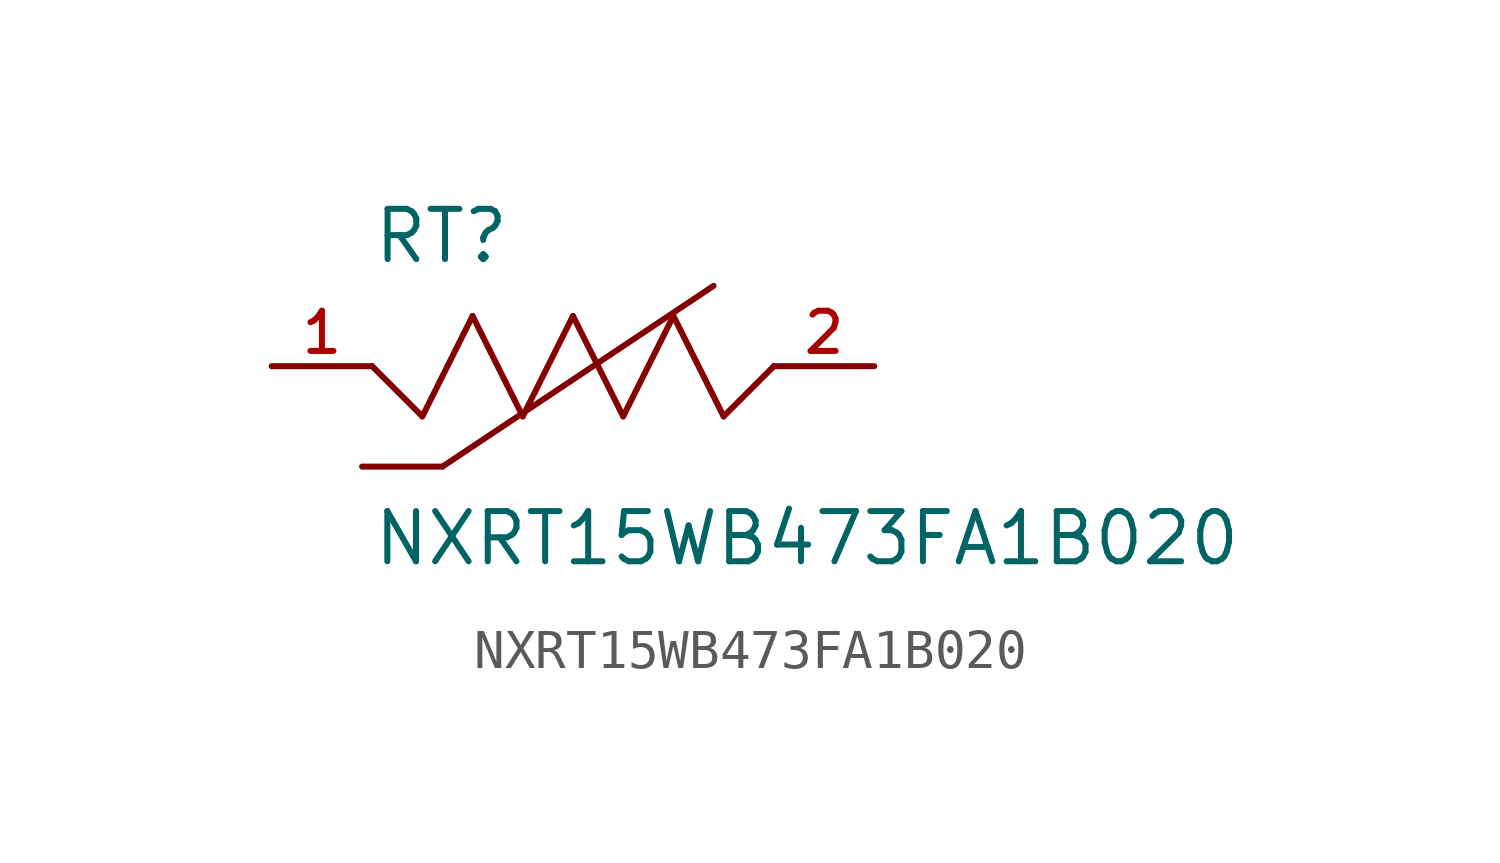
<source format=kicad_sym>
(kicad_symbol_lib
  (version 20211014)
  (generator kicad_symbol_editor)
  (symbol "NXRT15WB473FA1B020"
    (pin_names
      (offset 1.016))
    (property "Reference" "RT"
      (at -5.091 2.546 0)
      (effects (font (size 1.27 1.27)) (justify bottom left)))
    (property "Value" "NXRT15WB473FA1B020"
      (at -5.098 -5.098 0)
      (effects (font (size 1.27 1.27)) (justify bottom left)))
    (symbol "NXRT15WB473FA1B020_0_0"
      (polyline (pts (xy -1.27 -1.27) (xy 0.0 1.27)) (stroke (width 0.152)))
      (polyline (pts (xy 0.0 1.27) (xy 1.27 -1.27)) (stroke (width 0.152)))
      (polyline (pts (xy 1.27 -1.27) (xy 2.54 1.27)) (stroke (width 0.152)))
      (polyline (pts (xy 2.54 1.27) (xy 3.81 -1.27)) (stroke (width 0.152)))
      (polyline (pts (xy 3.81 -1.27) (xy 5.08 0.0)) (stroke (width 0.152)))
      (polyline (pts (xy -1.27 -1.27) (xy -2.54 1.27)) (stroke (width 0.152)))
      (polyline (pts (xy -2.54 1.27) (xy -3.81 -1.27)) (stroke (width 0.152)))
      (polyline (pts (xy -3.81 -1.27) (xy -5.08 0.0)) (stroke (width 0.152)))
      (polyline (pts (xy -3.302 -2.54) (xy 3.556 2.032)) (stroke (width 0.152)))
      (polyline (pts (xy -3.302 -2.54) (xy -5.334 -2.54)) (stroke (width 0.152)))
      (pin passive line (at -7.62 0.0 0) (length 2.54) (name "~" (effects (font (size 1.016 1.016)))) (number "1" (effects (font (size 1.016 1.016)))))
      (pin passive line (at 7.62 0.0 180.0) (length 2.54) (name "~" (effects (font (size 1.016 1.016)))) (number "2" (effects (font (size 1.016 1.016))))))))
</source>
